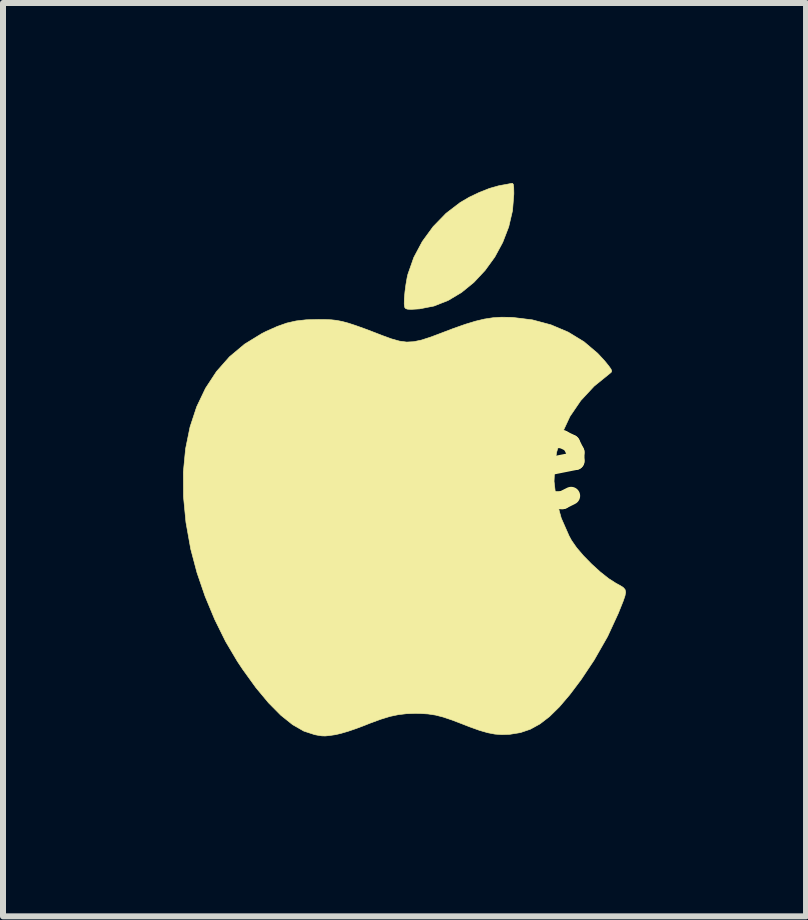
<source format=kicad_pcb>
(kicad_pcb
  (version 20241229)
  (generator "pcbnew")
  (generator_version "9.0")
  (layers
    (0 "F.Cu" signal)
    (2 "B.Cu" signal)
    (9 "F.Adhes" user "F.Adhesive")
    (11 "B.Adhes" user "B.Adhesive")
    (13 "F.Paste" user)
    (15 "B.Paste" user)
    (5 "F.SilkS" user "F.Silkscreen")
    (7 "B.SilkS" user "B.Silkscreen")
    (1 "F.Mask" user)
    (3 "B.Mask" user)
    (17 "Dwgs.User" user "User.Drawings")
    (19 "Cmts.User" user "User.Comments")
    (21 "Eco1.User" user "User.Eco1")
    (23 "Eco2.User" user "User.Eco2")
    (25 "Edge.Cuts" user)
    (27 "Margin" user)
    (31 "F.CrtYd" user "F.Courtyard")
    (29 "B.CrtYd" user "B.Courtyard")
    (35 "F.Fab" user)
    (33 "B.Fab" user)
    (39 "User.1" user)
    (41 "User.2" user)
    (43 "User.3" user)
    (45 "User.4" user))
  (footprint "apple"
    (layer "F.Cu")
    (at 3.708 4.594)
    (property "Reference" "apple" (at 0 0 0) (layer "F.SilkS") (effects (font (size 1.524 1.524) (thickness 0.3))))
    (attr through_hole)
    (fp_poly (pts (xy 1.795 -4.57) (xy 1.801 -4.522) (xy 1.803 -4.434) (xy 1.803 -4.41) (xy 1.781 -4.135) (xy 1.718 -3.865) (xy 1.618 -3.606) (xy 1.486 -3.362) (xy 1.324 -3.139) (xy 1.138 -2.94) (xy 0.932 -2.772) (xy 0.71 -2.639) (xy 0.475 -2.546) (xy 0.233 -2.498) (xy 0.2 -2.496) (xy 0.098 -2.49) (xy 0.036 -2.492) (xy 0.002 -2.502) (xy -0.014 -2.522) (xy -0.016 -2.526) (xy -0.023 -2.58) (xy -0.021 -2.67) (xy -0.011 -2.783) (xy 0.005 -2.904) (xy 0.025 -3.019) (xy 0.038 -3.075) (xy 0.136 -3.354) (xy 0.278 -3.621) (xy 0.459 -3.869) (xy 0.674 -4.09) (xy 0.909 -4.27) (xy 1.061 -4.359) (xy 1.229 -4.439) (xy 1.397 -4.505) (xy 1.548 -4.548) (xy 1.6 -4.558) (xy 1.68 -4.572) (xy 1.744 -4.585) (xy 1.759 -4.588) (xy 1.782 -4.589) (xy 1.795 -4.57)) (stroke (width 0.01) (type solid)) (fill yes) (layer "F.SilkS"))
    (fp_poly (pts (xy 1.736 -2.357) (xy 1.786 -2.355) (xy 2.112 -2.315) (xy 2.422 -2.232) (xy 2.71 -2.11) (xy 2.972 -1.95) (xy 3.201 -1.756) (xy 3.319 -1.628) (xy 3.385 -1.546) (xy 3.422 -1.494) (xy 3.434 -1.462) (xy 3.425 -1.441) (xy 3.411 -1.429) (xy 3.141 -1.21) (xy 2.917 -0.969) (xy 2.738 -0.706) (xy 2.604 -0.419) (xy 2.516 -0.109) (xy 2.487 0.068) (xy 2.473 0.375) (xy 2.509 0.684) (xy 2.593 0.989) (xy 2.723 1.284) (xy 2.763 1.358) (xy 2.847 1.479) (xy 2.962 1.614) (xy 3.098 1.753) (xy 3.242 1.884) (xy 3.382 1.995) (xy 3.499 2.07) (xy 3.574 2.111) (xy 3.626 2.144) (xy 3.656 2.178) (xy 3.666 2.222) (xy 3.655 2.283) (xy 3.625 2.371) (xy 3.576 2.493) (xy 3.544 2.573) (xy 3.365 2.961) (xy 3.14 3.355) (xy 2.921 3.683) (xy 2.735 3.93) (xy 2.562 4.133) (xy 2.397 4.295) (xy 2.237 4.418) (xy 2.077 4.506) (xy 1.912 4.562) (xy 1.739 4.59) (xy 1.726 4.591) (xy 1.603 4.595) (xy 1.488 4.587) (xy 1.368 4.564) (xy 1.232 4.525) (xy 1.07 4.467) (xy 0.955 4.422) (xy 0.775 4.353) (xy 0.627 4.303) (xy 0.498 4.27) (xy 0.374 4.251) (xy 0.241 4.243) (xy 0.157 4.242) (xy 0.013 4.247) (xy -0.122 4.263) (xy -0.26 4.292) (xy -0.413 4.339) (xy -0.593 4.405) (xy -0.688 4.443) (xy -0.823 4.494) (xy -0.958 4.54) (xy -1.078 4.575) (xy -1.167 4.596) (xy -1.168 4.596) (xy -1.269 4.611) (xy -1.34 4.618) (xy -1.399 4.616) (xy -1.468 4.605) (xy -1.515 4.596) (xy -1.696 4.537) (xy -1.884 4.429) (xy -2.08 4.272) (xy -2.283 4.067) (xy -2.495 3.812) (xy -2.715 3.507) (xy -2.803 3.375) (xy -2.999 3.044) (xy -3.18 2.678) (xy -3.341 2.291) (xy -3.476 1.897) (xy -3.578 1.512) (xy -3.58 1.505) (xy -3.66 1.058) (xy -3.701 0.629) (xy -3.703 0.22) (xy -3.666 -0.167) (xy -3.592 -0.53) (xy -3.481 -0.867) (xy -3.334 -1.175) (xy -3.151 -1.454) (xy -2.934 -1.7) (xy -2.682 -1.911) (xy -2.397 -2.086) (xy -2.324 -2.123) (xy -2.14 -2.205) (xy -1.979 -2.262) (xy -1.824 -2.297) (xy -1.657 -2.316) (xy -1.459 -2.321) (xy -1.448 -2.321) (xy -1.336 -2.32) (xy -1.239 -2.316) (xy -1.149 -2.306) (xy -1.057 -2.288) (xy -0.956 -2.261) (xy -0.837 -2.222) (xy -0.691 -2.17) (xy -0.512 -2.102) (xy -0.394 -2.056) (xy -0.235 -1.998) (xy -0.103 -1.961) (xy 0.016 -1.945) (xy 0.134 -1.951) (xy 0.263 -1.978) (xy 0.415 -2.027) (xy 0.559 -2.081) (xy 0.795 -2.171) (xy 0.994 -2.241) (xy 1.165 -2.293) (xy 1.316 -2.329) (xy 1.455 -2.35) (xy 1.593 -2.359) (xy 1.736 -2.357)) (stroke (width 0.01) (type solid)) (fill yes) (layer "F.SilkS")))
  (gr_rect
    (start -3 -3)
    (end 10.379 12.217)
    (stroke (width 0.1) (type default))
    (fill no)
    (layer "Edge.Cuts")))
</source>
